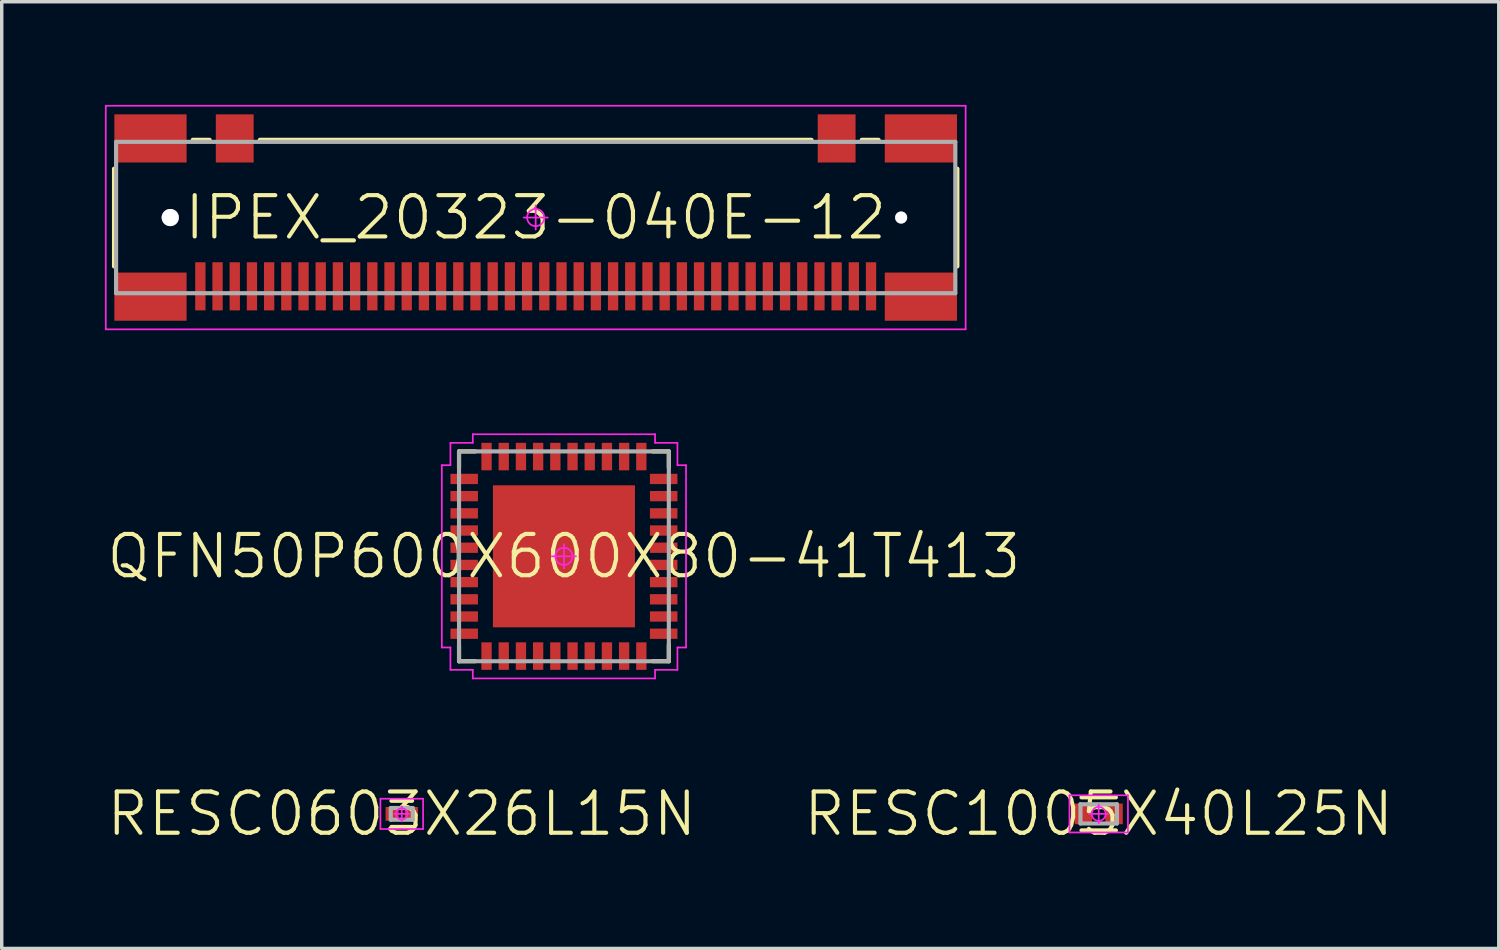
<source format=kicad_pcb>
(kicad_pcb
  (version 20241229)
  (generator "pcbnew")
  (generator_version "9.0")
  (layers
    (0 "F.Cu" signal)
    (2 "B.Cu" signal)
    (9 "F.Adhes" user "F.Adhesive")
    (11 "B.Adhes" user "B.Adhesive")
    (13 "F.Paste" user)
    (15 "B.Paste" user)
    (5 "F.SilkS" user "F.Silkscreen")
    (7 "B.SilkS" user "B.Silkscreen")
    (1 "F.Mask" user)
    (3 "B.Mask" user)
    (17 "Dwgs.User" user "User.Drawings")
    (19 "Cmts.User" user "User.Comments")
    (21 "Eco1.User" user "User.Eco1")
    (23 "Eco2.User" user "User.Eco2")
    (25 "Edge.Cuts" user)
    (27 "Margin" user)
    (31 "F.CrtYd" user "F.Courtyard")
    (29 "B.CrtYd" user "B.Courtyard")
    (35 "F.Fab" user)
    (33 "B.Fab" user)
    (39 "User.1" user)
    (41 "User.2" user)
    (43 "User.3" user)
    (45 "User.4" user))
  (footprint "QFN50P600X600X80-41T413"
    (layer "F.Cu")
    (at 13.346 13.125)
    (property "Reference" "QFN50P600X600X80-41T413" (at 0 0 0) (layer "F.SilkS") (effects (font (size 1.2 1.2) (thickness 0.12))))
    (attr smd)
    (fp_line (start -3.05 -3.05) (end -3.05 -2.58) (stroke (width 0.12) (type solid)) (layer "F.SilkS"))
    (fp_line (start -3.05 3.05) (end -3.05 2.58) (stroke (width 0.12) (type solid)) (layer "F.SilkS"))
    (fp_line (start -2.58 -3.05) (end -3.05 -3.05) (stroke (width 0.12) (type solid)) (layer "F.SilkS"))
    (fp_line (start -2.58 3.05) (end -3.05 3.05) (stroke (width 0.12) (type solid)) (layer "F.SilkS"))
    (fp_line (start 2.58 -3.05) (end 3.05 -3.05) (stroke (width 0.12) (type solid)) (layer "F.SilkS"))
    (fp_line (start 2.58 3.05) (end 3.05 3.05) (stroke (width 0.12) (type solid)) (layer "F.SilkS"))
    (fp_line (start 3.05 -3.05) (end 3.05 -2.58) (stroke (width 0.12) (type solid)) (layer "F.SilkS"))
    (fp_line (start 3.05 3.05) (end 3.05 2.58) (stroke (width 0.12) (type solid)) (layer "F.SilkS"))
    (fp_line (start -3.55 -2.65) (end -3.55 2.65) (stroke (width 0.05) (type solid)) (layer "F.CrtYd"))
    (fp_line (start -3.55 2.65) (end -3.3 2.65) (stroke (width 0.05) (type solid)) (layer "F.CrtYd"))
    (fp_line (start -3.3 -3.3) (end -3.3 -2.65) (stroke (width 0.05) (type solid)) (layer "F.CrtYd"))
    (fp_line (start -3.3 -2.65) (end -3.55 -2.65) (stroke (width 0.05) (type solid)) (layer "F.CrtYd"))
    (fp_line (start -3.3 2.65) (end -3.3 3.3) (stroke (width 0.05) (type solid)) (layer "F.CrtYd"))
    (fp_line (start -3.3 3.3) (end -2.65 3.3) (stroke (width 0.05) (type solid)) (layer "F.CrtYd"))
    (fp_line (start -2.65 -3.55) (end -2.65 -3.3) (stroke (width 0.05) (type solid)) (layer "F.CrtYd"))
    (fp_line (start -2.65 -3.3) (end -3.3 -3.3) (stroke (width 0.05) (type solid)) (layer "F.CrtYd"))
    (fp_line (start -2.65 3.3) (end -2.65 3.55) (stroke (width 0.05) (type solid)) (layer "F.CrtYd"))
    (fp_line (start -2.65 3.55) (end 2.65 3.55) (stroke (width 0.05) (type solid)) (layer "F.CrtYd"))
    (fp_line (start -0.35 0) (end 0.35 0) (stroke (width 0.05) (type solid)) (layer "F.CrtYd"))
    (fp_line (start 0 -0.35) (end 0 0.35) (stroke (width 0.05) (type solid)) (layer "F.CrtYd"))
    (fp_line (start 2.65 -3.55) (end -2.65 -3.55) (stroke (width 0.05) (type solid)) (layer "F.CrtYd"))
    (fp_line (start 2.65 -3.3) (end 2.65 -3.55) (stroke (width 0.05) (type solid)) (layer "F.CrtYd"))
    (fp_line (start 2.65 3.3) (end 3.3 3.3) (stroke (width 0.05) (type solid)) (layer "F.CrtYd"))
    (fp_line (start 2.65 3.55) (end 2.65 3.3) (stroke (width 0.05) (type solid)) (layer "F.CrtYd"))
    (fp_line (start 3.3 -3.3) (end 2.65 -3.3) (stroke (width 0.05) (type solid)) (layer "F.CrtYd"))
    (fp_line (start 3.3 -2.65) (end 3.3 -3.3) (stroke (width 0.05) (type solid)) (layer "F.CrtYd"))
    (fp_line (start 3.3 2.65) (end 3.55 2.65) (stroke (width 0.05) (type solid)) (layer "F.CrtYd"))
    (fp_line (start 3.3 3.3) (end 3.3 2.65) (stroke (width 0.05) (type solid)) (layer "F.CrtYd"))
    (fp_line (start 3.55 -2.65) (end 3.3 -2.65) (stroke (width 0.05) (type solid)) (layer "F.CrtYd"))
    (fp_line (start 3.55 2.65) (end 3.55 -2.65) (stroke (width 0.05) (type solid)) (layer "F.CrtYd"))
    (fp_circle (center 0 0) (end 0 0.25) (stroke (width 0.05) (type solid)) (fill no) (layer "F.CrtYd"))
    (fp_line (start -3.05 -3.05) (end 3.05 -3.05) (stroke (width 0.12) (type solid)) (layer "F.Fab"))
    (fp_line (start -3.05 3.05) (end -3.05 -3.05) (stroke (width 0.12) (type solid)) (layer "F.Fab"))
    (fp_line (start 3.05 -3.05) (end 3.05 3.05) (stroke (width 0.12) (type solid)) (layer "F.Fab"))
    (fp_line (start 3.05 3.05) (end -3.05 3.05) (stroke (width 0.12) (type solid)) (layer "F.Fab"))
    (pad "1" smd rect (at -2.25 2.9 90) (size 0.8 0.3) (layers "F.Cu" "F.Mask" "F.Paste"))
    (pad "2" smd rect (at -1.75 2.9 90) (size 0.8 0.3) (layers "F.Cu" "F.Mask" "F.Paste"))
    (pad "3" smd rect (at -1.25 2.9 90) (size 0.8 0.3) (layers "F.Cu" "F.Mask" "F.Paste"))
    (pad "4" smd rect (at -0.75 2.9 90) (size 0.8 0.3) (layers "F.Cu" "F.Mask" "F.Paste"))
    (pad "5" smd rect (at -0.25 2.9 90) (size 0.8 0.3) (layers "F.Cu" "F.Mask" "F.Paste"))
    (pad "6" smd rect (at 0.25 2.9 90) (size 0.8 0.3) (layers "F.Cu" "F.Mask" "F.Paste"))
    (pad "7" smd rect (at 0.75 2.9 90) (size 0.8 0.3) (layers "F.Cu" "F.Mask" "F.Paste"))
    (pad "8" smd rect (at 1.25 2.9 90) (size 0.8 0.3) (layers "F.Cu" "F.Mask" "F.Paste"))
    (pad "9" smd rect (at 1.75 2.9 90) (size 0.8 0.3) (layers "F.Cu" "F.Mask" "F.Paste"))
    (pad "10" smd rect (at 2.25 2.9 90) (size 0.8 0.3) (layers "F.Cu" "F.Mask" "F.Paste"))
    (pad "11" smd rect (at 2.9 2.25) (size 0.8 0.3) (layers "F.Cu" "F.Mask" "F.Paste"))
    (pad "12" smd rect (at 2.9 1.75) (size 0.8 0.3) (layers "F.Cu" "F.Mask" "F.Paste"))
    (pad "13" smd rect (at 2.9 1.25) (size 0.8 0.3) (layers "F.Cu" "F.Mask" "F.Paste"))
    (pad "14" smd rect (at 2.9 0.75) (size 0.8 0.3) (layers "F.Cu" "F.Mask" "F.Paste"))
    (pad "15" smd rect (at 2.9 0.25) (size 0.8 0.3) (layers "F.Cu" "F.Mask" "F.Paste"))
    (pad "16" smd rect (at 2.9 -0.25) (size 0.8 0.3) (layers "F.Cu" "F.Mask" "F.Paste"))
    (pad "17" smd rect (at 2.9 -0.75) (size 0.8 0.3) (layers "F.Cu" "F.Mask" "F.Paste"))
    (pad "18" smd rect (at 2.9 -1.25) (size 0.8 0.3) (layers "F.Cu" "F.Mask" "F.Paste"))
    (pad "19" smd rect (at 2.9 -1.75) (size 0.8 0.3) (layers "F.Cu" "F.Mask" "F.Paste"))
    (pad "20" smd rect (at 2.9 -2.25) (size 0.8 0.3) (layers "F.Cu" "F.Mask" "F.Paste"))
    (pad "21" smd rect (at 2.25 -2.9 90) (size 0.8 0.3) (layers "F.Cu" "F.Mask" "F.Paste"))
    (pad "22" smd rect (at 1.75 -2.9 90) (size 0.8 0.3) (layers "F.Cu" "F.Mask" "F.Paste"))
    (pad "23" smd rect (at 1.25 -2.9 90) (size 0.8 0.3) (layers "F.Cu" "F.Mask" "F.Paste"))
    (pad "24" smd rect (at 0.75 -2.9 90) (size 0.8 0.3) (layers "F.Cu" "F.Mask" "F.Paste"))
    (pad "25" smd rect (at 0.25 -2.9 90) (size 0.8 0.3) (layers "F.Cu" "F.Mask" "F.Paste"))
    (pad "26" smd rect (at -0.25 -2.9 90) (size 0.8 0.3) (layers "F.Cu" "F.Mask" "F.Paste"))
    (pad "27" smd rect (at -0.75 -2.9 90) (size 0.8 0.3) (layers "F.Cu" "F.Mask" "F.Paste"))
    (pad "28" smd rect (at -1.25 -2.9 90) (size 0.8 0.3) (layers "F.Cu" "F.Mask" "F.Paste"))
    (pad "29" smd rect (at -1.75 -2.9 90) (size 0.8 0.3) (layers "F.Cu" "F.Mask" "F.Paste"))
    (pad "30" smd rect (at -2.25 -2.9 90) (size 0.8 0.3) (layers "F.Cu" "F.Mask" "F.Paste"))
    (pad "31" smd rect (at -2.9 -2.25) (size 0.8 0.3) (layers "F.Cu" "F.Mask" "F.Paste"))
    (pad "32" smd rect (at -2.9 -1.75) (size 0.8 0.3) (layers "F.Cu" "F.Mask" "F.Paste"))
    (pad "33" smd rect (at -2.9 -1.25) (size 0.8 0.3) (layers "F.Cu" "F.Mask" "F.Paste"))
    (pad "34" smd rect (at -2.9 -0.75) (size 0.8 0.3) (layers "F.Cu" "F.Mask" "F.Paste"))
    (pad "35" smd rect (at -2.9 -0.25) (size 0.8 0.3) (layers "F.Cu" "F.Mask" "F.Paste"))
    (pad "36" smd rect (at -2.9 0.25) (size 0.8 0.3) (layers "F.Cu" "F.Mask" "F.Paste"))
    (pad "37" smd rect (at -2.9 0.75) (size 0.8 0.3) (layers "F.Cu" "F.Mask" "F.Paste"))
    (pad "38" smd rect (at -2.9 1.25) (size 0.8 0.3) (layers "F.Cu" "F.Mask" "F.Paste"))
    (pad "39" smd rect (at -2.9 1.75) (size 0.8 0.3) (layers "F.Cu" "F.Mask" "F.Paste"))
    (pad "40" smd rect (at -2.9 2.25) (size 0.8 0.3) (layers "F.Cu" "F.Mask" "F.Paste"))
    (pad "41" smd rect (at 0 0 90) (size 4.13 4.13) (layers "F.Cu" "F.Mask")))
  (footprint "IPEX_20323-040E-12"
    (layer "F.Cu")
    (at 12.525 3.275)
    (property "Reference" "IPEX_20323-040E-12" (at 0 0 0) (layer "F.SilkS") (effects (font (size 1.2 1.2) (thickness 0.12))))
    (attr through_hole)
    (fp_line (start -12.26 1.42) (end -12.26 -1.42) (stroke (width 0.12) (type solid)) (layer "F.SilkS"))
    (fp_line (start -9.97 -2.26) (end -9.48 -2.26) (stroke (width 0.12) (type solid)) (layer "F.SilkS"))
    (fp_line (start -8.02 -2.26) (end 8.02 -2.26) (stroke (width 0.12) (type solid)) (layer "F.SilkS"))
    (fp_line (start 9.48 -2.26) (end 9.97 -2.26) (stroke (width 0.12) (type solid)) (layer "F.SilkS"))
    (fp_line (start 12.26 1.42) (end 12.26 -1.42) (stroke (width 0.12) (type solid)) (layer "F.SilkS"))
    (fp_line (start -12.5 -3.25) (end 12.5 -3.25) (stroke (width 0.05) (type solid)) (layer "F.CrtYd"))
    (fp_line (start -12.5 3.25) (end -12.5 -3.25) (stroke (width 0.05) (type solid)) (layer "F.CrtYd"))
    (fp_line (start 0 -0.35) (end 0 0.35) (stroke (width 0.05) (type solid)) (layer "F.CrtYd"))
    (fp_line (start 0.35 0) (end -0.35 0) (stroke (width 0.05) (type solid)) (layer "F.CrtYd"))
    (fp_line (start 12.5 -3.25) (end 12.5 3.25) (stroke (width 0.05) (type solid)) (layer "F.CrtYd"))
    (fp_line (start 12.5 3.25) (end -12.5 3.25) (stroke (width 0.05) (type solid)) (layer "F.CrtYd"))
    (fp_circle (center 0 0) (end 0 0.25) (stroke (width 0.05) (type solid)) (fill no) (layer "F.CrtYd"))
    (fp_line (start -12.2 -2.2) (end 12.2 -2.2) (stroke (width 0.12) (type solid)) (layer "F.Fab"))
    (fp_line (start -12.2 2.2) (end -12.2 -2.2) (stroke (width 0.12) (type solid)) (layer "F.Fab"))
    (fp_line (start 12.2 -2.2) (end 12.2 2.2) (stroke (width 0.12) (type solid)) (layer "F.Fab"))
    (fp_line (start 12.2 2.2) (end -12.2 2.2) (stroke (width 0.12) (type solid)) (layer "F.Fab"))
    (pad "1" smd rect (at 9.75 2) (size 0.3 1.4) (layers "F.Cu" "F.Mask" "F.Paste"))
    (pad "2" smd rect (at 9.25 2) (size 0.3 1.4) (layers "F.Cu" "F.Mask" "F.Paste"))
    (pad "3" smd rect (at 8.75 2) (size 0.3 1.4) (layers "F.Cu" "F.Mask" "F.Paste"))
    (pad "4" smd rect (at 8.25 2) (size 0.3 1.4) (layers "F.Cu" "F.Mask" "F.Paste"))
    (pad "5" smd rect (at 7.75 2) (size 0.3 1.4) (layers "F.Cu" "F.Mask" "F.Paste"))
    (pad "6" smd rect (at 7.25 2) (size 0.3 1.4) (layers "F.Cu" "F.Mask" "F.Paste"))
    (pad "7" smd rect (at 6.75 2) (size 0.3 1.4) (layers "F.Cu" "F.Mask" "F.Paste"))
    (pad "8" smd rect (at 6.25 2) (size 0.3 1.4) (layers "F.Cu" "F.Mask" "F.Paste"))
    (pad "9" smd rect (at 5.75 2) (size 0.3 1.4) (layers "F.Cu" "F.Mask" "F.Paste"))
    (pad "10" smd rect (at 5.25 2) (size 0.3 1.4) (layers "F.Cu" "F.Mask" "F.Paste"))
    (pad "11" smd rect (at 4.75 2) (size 0.3 1.4) (layers "F.Cu" "F.Mask" "F.Paste"))
    (pad "12" smd rect (at 4.25 2) (size 0.3 1.4) (layers "F.Cu" "F.Mask" "F.Paste"))
    (pad "13" smd rect (at 3.75 2) (size 0.3 1.4) (layers "F.Cu" "F.Mask" "F.Paste"))
    (pad "14" smd rect (at 3.25 2) (size 0.3 1.4) (layers "F.Cu" "F.Mask" "F.Paste"))
    (pad "15" smd rect (at 2.75 2) (size 0.3 1.4) (layers "F.Cu" "F.Mask" "F.Paste"))
    (pad "16" smd rect (at 2.25 2) (size 0.3 1.4) (layers "F.Cu" "F.Mask" "F.Paste"))
    (pad "17" smd rect (at 1.75 2) (size 0.3 1.4) (layers "F.Cu" "F.Mask" "F.Paste"))
    (pad "18" smd rect (at 1.25 2) (size 0.3 1.4) (layers "F.Cu" "F.Mask" "F.Paste"))
    (pad "19" smd rect (at 0.75 2) (size 0.3 1.4) (layers "F.Cu" "F.Mask" "F.Paste"))
    (pad "20" smd rect (at 0.25 2) (size 0.3 1.4) (layers "F.Cu" "F.Mask" "F.Paste"))
    (pad "21" smd rect (at -0.25 2) (size 0.3 1.4) (layers "F.Cu" "F.Mask" "F.Paste"))
    (pad "22" smd rect (at -0.75 2) (size 0.3 1.4) (layers "F.Cu" "F.Mask" "F.Paste"))
    (pad "23" smd rect (at -1.25 2) (size 0.3 1.4) (layers "F.Cu" "F.Mask" "F.Paste"))
    (pad "24" smd rect (at -1.75 2) (size 0.3 1.4) (layers "F.Cu" "F.Mask" "F.Paste"))
    (pad "25" smd rect (at -2.25 2) (size 0.3 1.4) (layers "F.Cu" "F.Mask" "F.Paste"))
    (pad "26" smd rect (at -2.75 2) (size 0.3 1.4) (layers "F.Cu" "F.Mask" "F.Paste"))
    (pad "27" smd rect (at -3.25 2) (size 0.3 1.4) (layers "F.Cu" "F.Mask" "F.Paste"))
    (pad "28" smd rect (at -3.75 2) (size 0.3 1.4) (layers "F.Cu" "F.Mask" "F.Paste"))
    (pad "29" smd rect (at -4.25 2) (size 0.3 1.4) (layers "F.Cu" "F.Mask" "F.Paste"))
    (pad "30" smd rect (at -4.75 2) (size 0.3 1.4) (layers "F.Cu" "F.Mask" "F.Paste"))
    (pad "31" smd rect (at -5.25 2) (size 0.3 1.4) (layers "F.Cu" "F.Mask" "F.Paste"))
    (pad "32" smd rect (at -5.75 2) (size 0.3 1.4) (layers "F.Cu" "F.Mask" "F.Paste"))
    (pad "33" smd rect (at -6.25 2) (size 0.3 1.4) (layers "F.Cu" "F.Mask" "F.Paste"))
    (pad "34" smd rect (at -6.75 2) (size 0.3 1.4) (layers "F.Cu" "F.Mask" "F.Paste"))
    (pad "35" smd rect (at -7.25 2) (size 0.3 1.4) (layers "F.Cu" "F.Mask" "F.Paste"))
    (pad "36" smd rect (at -7.75 2) (size 0.3 1.4) (layers "F.Cu" "F.Mask" "F.Paste"))
    (pad "37" smd rect (at -8.25 2) (size 0.3 1.4) (layers "F.Cu" "F.Mask" "F.Paste"))
    (pad "38" smd rect (at -8.75 2) (size 0.3 1.4) (layers "F.Cu" "F.Mask" "F.Paste"))
    (pad "39" smd rect (at -9.25 2) (size 0.3 1.4) (layers "F.Cu" "F.Mask" "F.Paste"))
    (pad "40" smd rect (at -9.75 2) (size 0.3 1.4) (layers "F.Cu" "F.Mask" "F.Paste"))
    (pad "41" smd rect (at -11.2 2.3) (size 2.1 1.4) (layers "F.Cu" "F.Mask" "F.Paste"))
    (pad "42" smd rect (at -11.2 -2.3) (size 2.1 1.4) (layers "F.Cu" "F.Mask" "F.Paste"))
    (pad "43" smd rect (at 11.2 -2.3) (size 2.1 1.4) (layers "F.Cu" "F.Mask" "F.Paste"))
    (pad "44" smd rect (at 11.2 2.3) (size 2.1 1.4) (layers "F.Cu" "F.Mask" "F.Paste"))
    (pad "45" smd rect (at -8.75 -2.3) (size 1.1 1.4) (layers "F.Cu" "F.Mask" "F.Paste"))
    (pad "46" smd rect (at 8.75 -2.3) (size 1.1 1.4) (layers "F.Cu" "F.Mask" "F.Paste"))
    (pad "47" thru_hole circle (at -10.625 0) (size 0.5 0.5) (drill 1) (layers "*.Cu" "*.Mask"))
    (pad "48" thru_hole circle (at 10.625 0) (size 0.35 0.35) (drill 0.7) (layers "*.Cu" "*.Mask")))
  (footprint "RESC1005X40L25N"
    (layer "F.Cu")
    (at 28.894 20.613)
    (property "Reference" "RESC1005X40L25N" (at 0 0 0) (layer "F.SilkS") (effects (font (size 1.2 1.2) (thickness 0.12))))
    (attr smd)
    (fp_line (start 0.5 -0.48) (end -0.5 -0.48) (stroke (width 0.12) (type solid)) (layer "F.SilkS"))
    (fp_line (start 0.5 0.48) (end -0.5 0.48) (stroke (width 0.12) (type solid)) (layer "F.SilkS"))
    (fp_line (start -0.85 -0.54) (end 0.85 -0.54) (stroke (width 0.05) (type solid)) (layer "F.CrtYd"))
    (fp_line (start -0.85 0.54) (end -0.85 -0.54) (stroke (width 0.05) (type solid)) (layer "F.CrtYd"))
    (fp_line (start 0 -0.27) (end 0 0.27) (stroke (width 0.05) (type solid)) (layer "F.CrtYd"))
    (fp_line (start 0.27 0) (end -0.27 0) (stroke (width 0.05) (type solid)) (layer "F.CrtYd"))
    (fp_line (start 0.85 -0.54) (end 0.85 0.54) (stroke (width 0.05) (type solid)) (layer "F.CrtYd"))
    (fp_line (start 0.85 0.54) (end -0.85 0.54) (stroke (width 0.05) (type solid)) (layer "F.CrtYd"))
    (fp_circle (center 0 0) (end 0 0.203) (stroke (width 0.05) (type solid)) (fill no) (layer "F.CrtYd"))
    (fp_line (start -0.53 -0.28) (end 0.53 -0.28) (stroke (width 0.12) (type solid)) (layer "F.Fab"))
    (fp_line (start -0.53 0.28) (end -0.53 -0.28) (stroke (width 0.12) (type solid)) (layer "F.Fab"))
    (fp_line (start 0.53 -0.28) (end 0.53 0.28) (stroke (width 0.12) (type solid)) (layer "F.Fab"))
    (fp_line (start 0.53 0.28) (end -0.53 0.28) (stroke (width 0.12) (type solid)) (layer "F.Fab"))
    (pad "1" smd rect (at -0.445 0) (size 0.51 0.6) (layers "F.Cu" "F.Mask" "F.Paste"))
    (pad "2" smd rect (at 0.445 0) (size 0.51 0.6) (layers "F.Cu" "F.Mask" "F.Paste")))
  (footprint "RESC0603X26L15N"
    (layer "F.Cu")
    (at 8.631 20.613)
    (property "Reference" "RESC0603X26L15N" (at 0 0 0) (layer "F.SilkS") (effects (font (size 1.2 1.2) (thickness 0.12))))
    (attr smd)
    (fp_line (start 0.3 -0.38) (end -0.3 -0.38) (stroke (width 0.12) (type solid)) (layer "F.SilkS"))
    (fp_line (start 0.3 0.38) (end -0.3 0.38) (stroke (width 0.12) (type solid)) (layer "F.SilkS"))
    (fp_line (start -0.62 -0.44) (end 0.62 -0.44) (stroke (width 0.05) (type solid)) (layer "F.CrtYd"))
    (fp_line (start -0.62 0.44) (end -0.62 -0.44) (stroke (width 0.05) (type solid)) (layer "F.CrtYd"))
    (fp_line (start 0 -0.22) (end 0 0.22) (stroke (width 0.05) (type solid)) (layer "F.CrtYd"))
    (fp_line (start 0.22 0) (end -0.22 0) (stroke (width 0.05) (type solid)) (layer "F.CrtYd"))
    (fp_line (start 0.62 -0.44) (end 0.62 0.44) (stroke (width 0.05) (type solid)) (layer "F.CrtYd"))
    (fp_line (start 0.62 0.44) (end -0.62 0.44) (stroke (width 0.05) (type solid)) (layer "F.CrtYd"))
    (fp_circle (center 0 0) (end 0 0.165) (stroke (width 0.05) (type solid)) (fill no) (layer "F.CrtYd"))
    (fp_line (start -0.32 -0.17) (end 0.32 -0.17) (stroke (width 0.12) (type solid)) (layer "F.Fab"))
    (fp_line (start -0.32 0.17) (end -0.32 -0.17) (stroke (width 0.12) (type solid)) (layer "F.Fab"))
    (fp_line (start 0.32 -0.17) (end 0.32 0.17) (stroke (width 0.12) (type solid)) (layer "F.Fab"))
    (fp_line (start 0.32 0.17) (end -0.32 0.17) (stroke (width 0.12) (type solid)) (layer "F.Fab"))
    (pad "1" smd rect (at -0.28 0) (size 0.38 0.4) (layers "F.Cu" "F.Mask" "F.Paste"))
    (pad "2" smd rect (at 0.28 0) (size 0.38 0.4) (layers "F.Cu" "F.Mask" "F.Paste")))
  (gr_rect
    (start -3 -3)
    (end 40.526 24.525)
    (stroke (width 0.1) (type default))
    (fill no)
    (layer "Edge.Cuts")))
</source>
